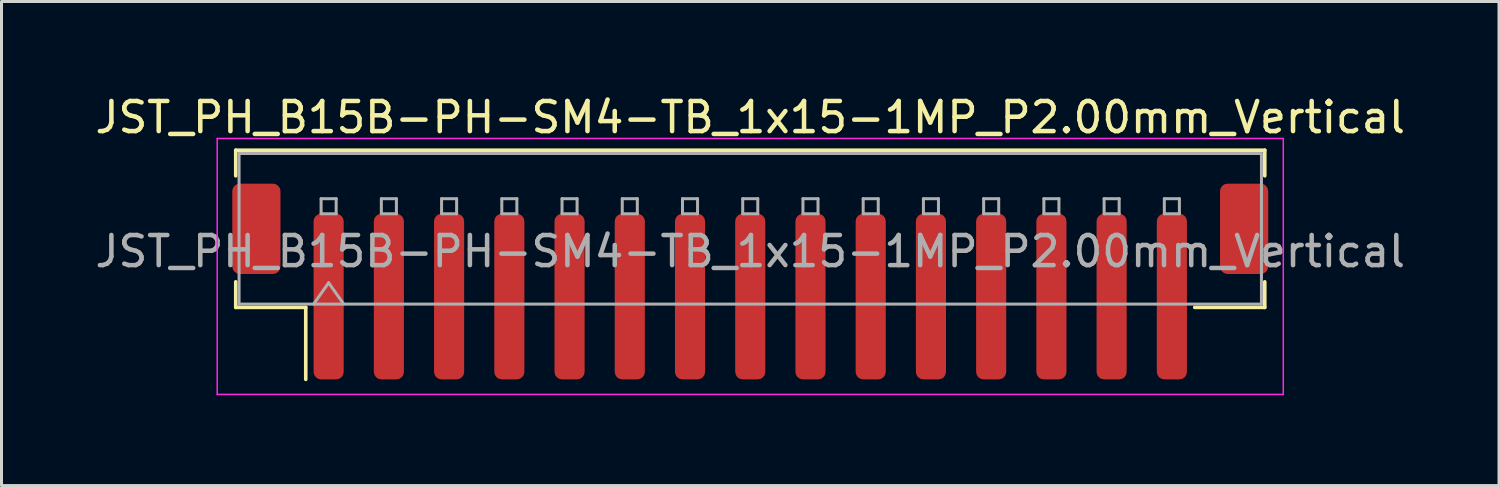
<source format=kicad_pcb>
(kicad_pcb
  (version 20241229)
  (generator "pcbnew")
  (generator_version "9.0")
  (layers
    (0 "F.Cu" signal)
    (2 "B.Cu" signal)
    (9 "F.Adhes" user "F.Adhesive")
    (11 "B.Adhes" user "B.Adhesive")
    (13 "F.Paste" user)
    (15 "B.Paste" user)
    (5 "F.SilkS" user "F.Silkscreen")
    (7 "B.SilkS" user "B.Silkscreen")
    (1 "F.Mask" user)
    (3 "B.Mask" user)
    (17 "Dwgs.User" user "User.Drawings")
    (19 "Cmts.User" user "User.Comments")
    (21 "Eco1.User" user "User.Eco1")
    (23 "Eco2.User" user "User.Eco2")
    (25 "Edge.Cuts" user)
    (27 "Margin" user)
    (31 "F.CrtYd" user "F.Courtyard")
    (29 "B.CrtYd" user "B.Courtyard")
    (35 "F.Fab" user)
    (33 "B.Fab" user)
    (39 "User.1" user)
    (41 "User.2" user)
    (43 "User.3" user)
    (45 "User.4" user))
  (footprint "JST_PH_B15B-PH-SM4-TB_1x15-1MP_P2.00mm_Vertical"
    (layer "F.Cu")
    (at 21.863 6.298)
    (property "Reference" "JST_PH_B15B-PH-SM4-TB_1x15-1MP_P2.00mm_Vertical" (at 0 -5.45 0) (layer "F.SilkS") (effects (font (size 1 1) (thickness 0.15))))
    (attr smd)
    (fp_line (start -17.085 -4.36) (end 17.085 -4.36) (stroke (width 0.12) (type solid)) (layer "F.SilkS"))
    (fp_line (start -17.085 -3.51) (end -17.085 -4.36) (stroke (width 0.12) (type solid)) (layer "F.SilkS"))
    (fp_line (start -17.085 0.01) (end -17.085 0.86) (stroke (width 0.12) (type solid)) (layer "F.SilkS"))
    (fp_line (start -17.085 0.86) (end -14.76 0.86) (stroke (width 0.12) (type solid)) (layer "F.SilkS"))
    (fp_line (start -14.76 0.86) (end -14.76 3.25) (stroke (width 0.12) (type solid)) (layer "F.SilkS"))
    (fp_line (start 17.085 -4.36) (end 17.085 -3.51) (stroke (width 0.12) (type solid)) (layer "F.SilkS"))
    (fp_line (start 17.085 0.01) (end 17.085 0.86) (stroke (width 0.12) (type solid)) (layer "F.SilkS"))
    (fp_line (start 17.085 0.86) (end 14.76 0.86) (stroke (width 0.12) (type solid)) (layer "F.SilkS"))
    (fp_line (start -17.7 -4.75) (end -17.7 3.75) (stroke (width 0.05) (type solid)) (layer "F.CrtYd"))
    (fp_line (start -17.7 3.75) (end 17.7 3.75) (stroke (width 0.05) (type solid)) (layer "F.CrtYd"))
    (fp_line (start 17.7 -4.75) (end -17.7 -4.75) (stroke (width 0.05) (type solid)) (layer "F.CrtYd"))
    (fp_line (start 17.7 3.75) (end 17.7 -4.75) (stroke (width 0.05) (type solid)) (layer "F.CrtYd"))
    (fp_line (start -16.975 -4.25) (end 16.975 -4.25) (stroke (width 0.1) (type solid)) (layer "F.Fab"))
    (fp_line (start -16.975 0.75) (end -16.975 -4.25) (stroke (width 0.1) (type solid)) (layer "F.Fab"))
    (fp_line (start -16.975 0.75) (end 16.975 0.75) (stroke (width 0.1) (type solid)) (layer "F.Fab"))
    (fp_line (start -14.5 0.75) (end -14 0.043) (stroke (width 0.1) (type solid)) (layer "F.Fab"))
    (fp_line (start -14.25 -2.75) (end -14.25 -2.25) (stroke (width 0.1) (type solid)) (layer "F.Fab"))
    (fp_line (start -14.25 -2.25) (end -13.75 -2.25) (stroke (width 0.1) (type solid)) (layer "F.Fab"))
    (fp_line (start -14 0.043) (end -13.5 0.75) (stroke (width 0.1) (type solid)) (layer "F.Fab"))
    (fp_line (start -13.75 -2.75) (end -14.25 -2.75) (stroke (width 0.1) (type solid)) (layer "F.Fab"))
    (fp_line (start -13.75 -2.25) (end -13.75 -2.75) (stroke (width 0.1) (type solid)) (layer "F.Fab"))
    (fp_line (start -12.25 -2.75) (end -12.25 -2.25) (stroke (width 0.1) (type solid)) (layer "F.Fab"))
    (fp_line (start -12.25 -2.25) (end -11.75 -2.25) (stroke (width 0.1) (type solid)) (layer "F.Fab"))
    (fp_line (start -11.75 -2.75) (end -12.25 -2.75) (stroke (width 0.1) (type solid)) (layer "F.Fab"))
    (fp_line (start -11.75 -2.25) (end -11.75 -2.75) (stroke (width 0.1) (type solid)) (layer "F.Fab"))
    (fp_line (start -10.25 -2.75) (end -10.25 -2.25) (stroke (width 0.1) (type solid)) (layer "F.Fab"))
    (fp_line (start -10.25 -2.25) (end -9.75 -2.25) (stroke (width 0.1) (type solid)) (layer "F.Fab"))
    (fp_line (start -9.75 -2.75) (end -10.25 -2.75) (stroke (width 0.1) (type solid)) (layer "F.Fab"))
    (fp_line (start -9.75 -2.25) (end -9.75 -2.75) (stroke (width 0.1) (type solid)) (layer "F.Fab"))
    (fp_line (start -8.25 -2.75) (end -8.25 -2.25) (stroke (width 0.1) (type solid)) (layer "F.Fab"))
    (fp_line (start -8.25 -2.25) (end -7.75 -2.25) (stroke (width 0.1) (type solid)) (layer "F.Fab"))
    (fp_line (start -7.75 -2.75) (end -8.25 -2.75) (stroke (width 0.1) (type solid)) (layer "F.Fab"))
    (fp_line (start -7.75 -2.25) (end -7.75 -2.75) (stroke (width 0.1) (type solid)) (layer "F.Fab"))
    (fp_line (start -6.25 -2.75) (end -6.25 -2.25) (stroke (width 0.1) (type solid)) (layer "F.Fab"))
    (fp_line (start -6.25 -2.25) (end -5.75 -2.25) (stroke (width 0.1) (type solid)) (layer "F.Fab"))
    (fp_line (start -5.75 -2.75) (end -6.25 -2.75) (stroke (width 0.1) (type solid)) (layer "F.Fab"))
    (fp_line (start -5.75 -2.25) (end -5.75 -2.75) (stroke (width 0.1) (type solid)) (layer "F.Fab"))
    (fp_line (start -4.25 -2.75) (end -4.25 -2.25) (stroke (width 0.1) (type solid)) (layer "F.Fab"))
    (fp_line (start -4.25 -2.25) (end -3.75 -2.25) (stroke (width 0.1) (type solid)) (layer "F.Fab"))
    (fp_line (start -3.75 -2.75) (end -4.25 -2.75) (stroke (width 0.1) (type solid)) (layer "F.Fab"))
    (fp_line (start -3.75 -2.25) (end -3.75 -2.75) (stroke (width 0.1) (type solid)) (layer "F.Fab"))
    (fp_line (start -2.25 -2.75) (end -2.25 -2.25) (stroke (width 0.1) (type solid)) (layer "F.Fab"))
    (fp_line (start -2.25 -2.25) (end -1.75 -2.25) (stroke (width 0.1) (type solid)) (layer "F.Fab"))
    (fp_line (start -1.75 -2.75) (end -2.25 -2.75) (stroke (width 0.1) (type solid)) (layer "F.Fab"))
    (fp_line (start -1.75 -2.25) (end -1.75 -2.75) (stroke (width 0.1) (type solid)) (layer "F.Fab"))
    (fp_line (start -0.25 -2.75) (end -0.25 -2.25) (stroke (width 0.1) (type solid)) (layer "F.Fab"))
    (fp_line (start -0.25 -2.25) (end 0.25 -2.25) (stroke (width 0.1) (type solid)) (layer "F.Fab"))
    (fp_line (start 0.25 -2.75) (end -0.25 -2.75) (stroke (width 0.1) (type solid)) (layer "F.Fab"))
    (fp_line (start 0.25 -2.25) (end 0.25 -2.75) (stroke (width 0.1) (type solid)) (layer "F.Fab"))
    (fp_line (start 1.75 -2.75) (end 1.75 -2.25) (stroke (width 0.1) (type solid)) (layer "F.Fab"))
    (fp_line (start 1.75 -2.25) (end 2.25 -2.25) (stroke (width 0.1) (type solid)) (layer "F.Fab"))
    (fp_line (start 2.25 -2.75) (end 1.75 -2.75) (stroke (width 0.1) (type solid)) (layer "F.Fab"))
    (fp_line (start 2.25 -2.25) (end 2.25 -2.75) (stroke (width 0.1) (type solid)) (layer "F.Fab"))
    (fp_line (start 3.75 -2.75) (end 3.75 -2.25) (stroke (width 0.1) (type solid)) (layer "F.Fab"))
    (fp_line (start 3.75 -2.25) (end 4.25 -2.25) (stroke (width 0.1) (type solid)) (layer "F.Fab"))
    (fp_line (start 4.25 -2.75) (end 3.75 -2.75) (stroke (width 0.1) (type solid)) (layer "F.Fab"))
    (fp_line (start 4.25 -2.25) (end 4.25 -2.75) (stroke (width 0.1) (type solid)) (layer "F.Fab"))
    (fp_line (start 5.75 -2.75) (end 5.75 -2.25) (stroke (width 0.1) (type solid)) (layer "F.Fab"))
    (fp_line (start 5.75 -2.25) (end 6.25 -2.25) (stroke (width 0.1) (type solid)) (layer "F.Fab"))
    (fp_line (start 6.25 -2.75) (end 5.75 -2.75) (stroke (width 0.1) (type solid)) (layer "F.Fab"))
    (fp_line (start 6.25 -2.25) (end 6.25 -2.75) (stroke (width 0.1) (type solid)) (layer "F.Fab"))
    (fp_line (start 7.75 -2.75) (end 7.75 -2.25) (stroke (width 0.1) (type solid)) (layer "F.Fab"))
    (fp_line (start 7.75 -2.25) (end 8.25 -2.25) (stroke (width 0.1) (type solid)) (layer "F.Fab"))
    (fp_line (start 8.25 -2.75) (end 7.75 -2.75) (stroke (width 0.1) (type solid)) (layer "F.Fab"))
    (fp_line (start 8.25 -2.25) (end 8.25 -2.75) (stroke (width 0.1) (type solid)) (layer "F.Fab"))
    (fp_line (start 9.75 -2.75) (end 9.75 -2.25) (stroke (width 0.1) (type solid)) (layer "F.Fab"))
    (fp_line (start 9.75 -2.25) (end 10.25 -2.25) (stroke (width 0.1) (type solid)) (layer "F.Fab"))
    (fp_line (start 10.25 -2.75) (end 9.75 -2.75) (stroke (width 0.1) (type solid)) (layer "F.Fab"))
    (fp_line (start 10.25 -2.25) (end 10.25 -2.75) (stroke (width 0.1) (type solid)) (layer "F.Fab"))
    (fp_line (start 11.75 -2.75) (end 11.75 -2.25) (stroke (width 0.1) (type solid)) (layer "F.Fab"))
    (fp_line (start 11.75 -2.25) (end 12.25 -2.25) (stroke (width 0.1) (type solid)) (layer "F.Fab"))
    (fp_line (start 12.25 -2.75) (end 11.75 -2.75) (stroke (width 0.1) (type solid)) (layer "F.Fab"))
    (fp_line (start 12.25 -2.25) (end 12.25 -2.75) (stroke (width 0.1) (type solid)) (layer "F.Fab"))
    (fp_line (start 13.75 -2.75) (end 13.75 -2.25) (stroke (width 0.1) (type solid)) (layer "F.Fab"))
    (fp_line (start 13.75 -2.25) (end 14.25 -2.25) (stroke (width 0.1) (type solid)) (layer "F.Fab"))
    (fp_line (start 14.25 -2.75) (end 13.75 -2.75) (stroke (width 0.1) (type solid)) (layer "F.Fab"))
    (fp_line (start 14.25 -2.25) (end 14.25 -2.75) (stroke (width 0.1) (type solid)) (layer "F.Fab"))
    (fp_line (start 16.975 0.75) (end 16.975 -4.25) (stroke (width 0.1) (type solid)) (layer "F.Fab"))
    (fp_text user "${REFERENCE}" (at 0 -1 0) (layer "F.Fab") (effects (font (size 1 1) (thickness 0.15))))
    (pad "1" smd roundrect (at -14 0.5) (size 1 5.5) (layers "F.Cu" "F.Mask" "F.Paste") (roundrect_rratio 0.25))
    (pad "2" smd roundrect (at -12 0.5) (size 1 5.5) (layers "F.Cu" "F.Mask" "F.Paste") (roundrect_rratio 0.25))
    (pad "3" smd roundrect (at -10 0.5) (size 1 5.5) (layers "F.Cu" "F.Mask" "F.Paste") (roundrect_rratio 0.25))
    (pad "4" smd roundrect (at -8 0.5) (size 1 5.5) (layers "F.Cu" "F.Mask" "F.Paste") (roundrect_rratio 0.25))
    (pad "5" smd roundrect (at -6 0.5) (size 1 5.5) (layers "F.Cu" "F.Mask" "F.Paste") (roundrect_rratio 0.25))
    (pad "6" smd roundrect (at -4 0.5) (size 1 5.5) (layers "F.Cu" "F.Mask" "F.Paste") (roundrect_rratio 0.25))
    (pad "7" smd roundrect (at -2 0.5) (size 1 5.5) (layers "F.Cu" "F.Mask" "F.Paste") (roundrect_rratio 0.25))
    (pad "8" smd roundrect (at 0 0.5) (size 1 5.5) (layers "F.Cu" "F.Mask" "F.Paste") (roundrect_rratio 0.25))
    (pad "9" smd roundrect (at 2 0.5) (size 1 5.5) (layers "F.Cu" "F.Mask" "F.Paste") (roundrect_rratio 0.25))
    (pad "10" smd roundrect (at 4 0.5) (size 1 5.5) (layers "F.Cu" "F.Mask" "F.Paste") (roundrect_rratio 0.25))
    (pad "11" smd roundrect (at 6 0.5) (size 1 5.5) (layers "F.Cu" "F.Mask" "F.Paste") (roundrect_rratio 0.25))
    (pad "12" smd roundrect (at 8 0.5) (size 1 5.5) (layers "F.Cu" "F.Mask" "F.Paste") (roundrect_rratio 0.25))
    (pad "13" smd roundrect (at 10 0.5) (size 1 5.5) (layers "F.Cu" "F.Mask" "F.Paste") (roundrect_rratio 0.25))
    (pad "14" smd roundrect (at 12 0.5) (size 1 5.5) (layers "F.Cu" "F.Mask" "F.Paste") (roundrect_rratio 0.25))
    (pad "15" smd roundrect (at 14 0.5) (size 1 5.5) (layers "F.Cu" "F.Mask" "F.Paste") (roundrect_rratio 0.25))
    (pad "MP" smd roundrect (at -16.4 -1.75) (size 1.6 3) (layers "F.Cu" "F.Mask" "F.Paste") (roundrect_rratio 0.156))
    (pad "MP" smd roundrect (at 16.4 -1.75) (size 1.6 3) (layers "F.Cu" "F.Mask" "F.Paste") (roundrect_rratio 0.156)))
  (gr_rect
    (start -3 -3)
    (end 46.726 13.073)
    (stroke (width 0.1) (type default))
    (fill no)
    (layer "Edge.Cuts")))
</source>
